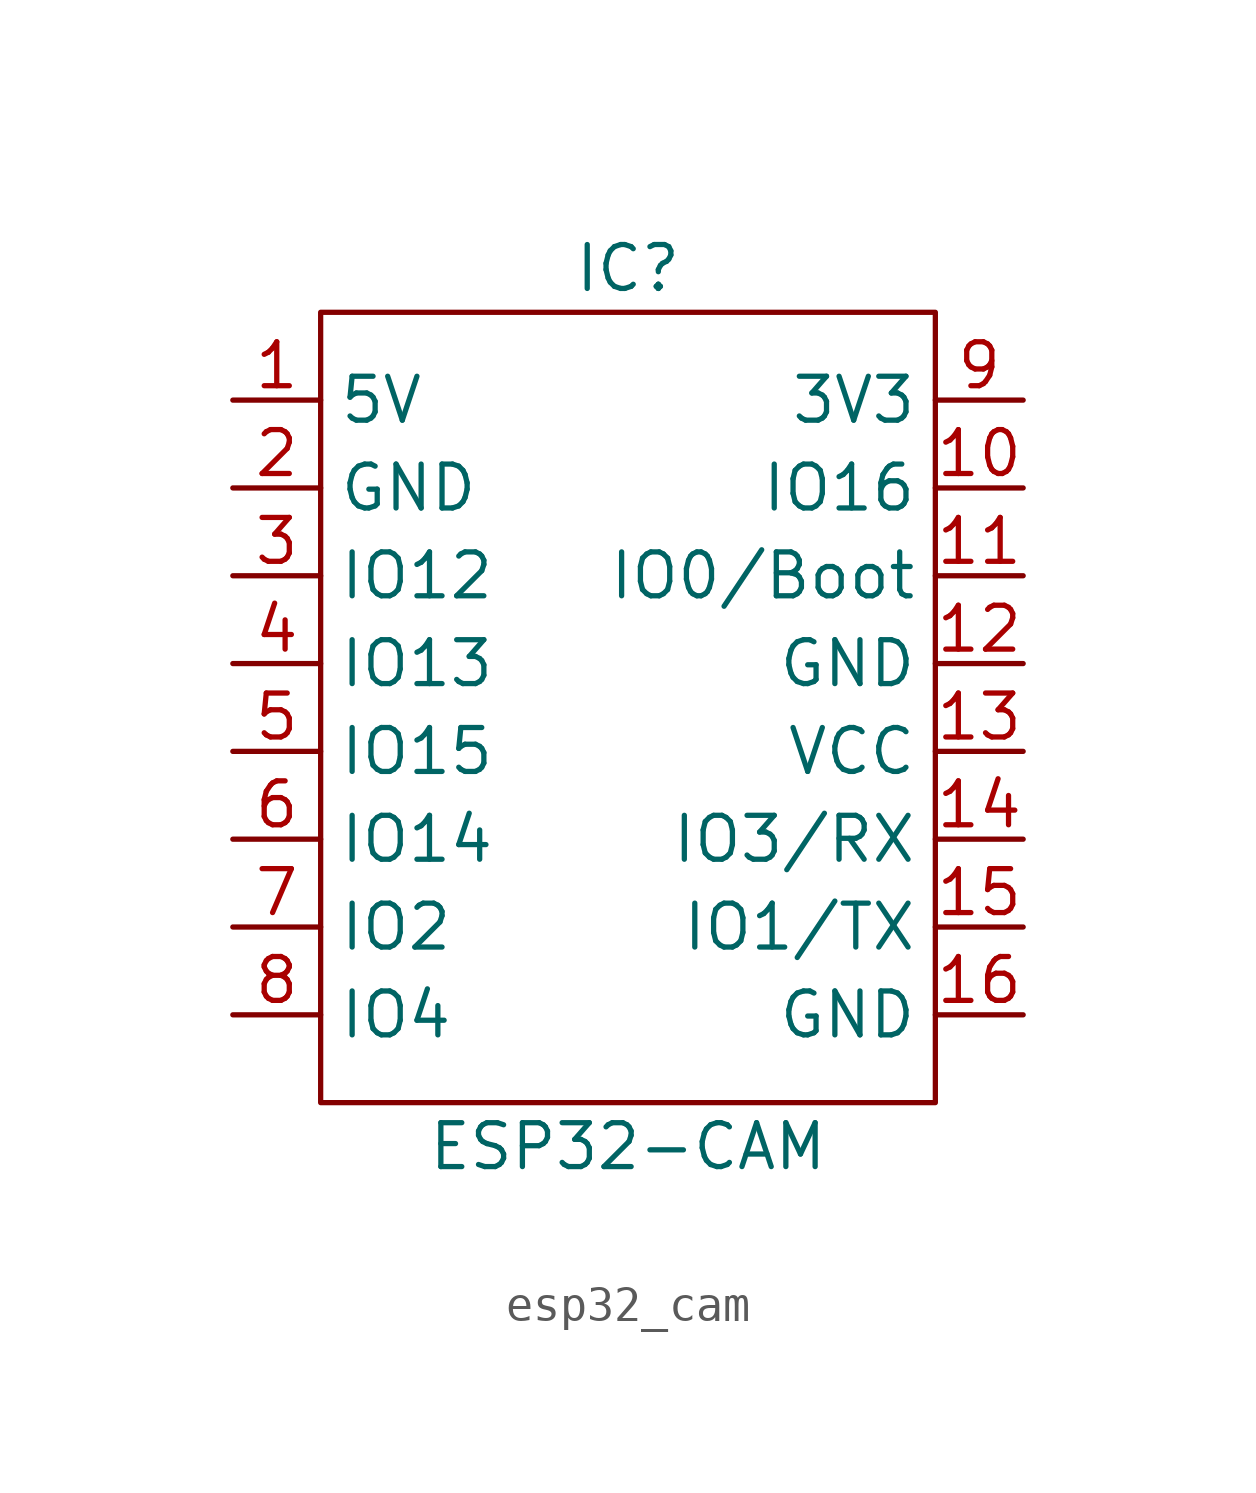
<source format=kicad_sym>
(kicad_symbol_lib
  (version 20220914)
  (generator kicad_symbol_editor)
  (symbol "esp32_cam"
    (property "Reference" "IC"
      (at 0 12.7 0)
      (effects (font (size 1.27 1.27))))
    (property "Value" "ESP32-CAM"
      (at 0 -12.7 0)
      (effects (font (size 1.27 1.27))))
    (symbol "esp32_cam_0_1"
      (rectangle (start 8.89 -11.43) (end -8.89 11.43) (stroke (width 0) (type default)) (fill (type none))))
    (symbol "esp32_cam_1_1"
      (pin power_out line (at -11.43 8.89 0) (length 2.54) (name "5V" (effects (font (size 1.27 1.27)))) (number "1" (effects (font (size 1.27 1.27)))))
      (pin passive line (at 11.43 6.35 180) (length 2.54) (name "IO16" (effects (font (size 1.27 1.27)))) (number "10" (effects (font (size 1.27 1.27)))))
      (pin passive line (at 11.43 3.81 180) (length 2.54) (name "IO0/Boot" (effects (font (size 1.27 1.27)))) (number "11" (effects (font (size 1.27 1.27)))))
      (pin power_in line (at 11.43 1.27 180) (length 2.54) (name "GND" (effects (font (size 1.27 1.27)))) (number "12" (effects (font (size 1.27 1.27)))))
      (pin power_in line (at 11.43 -1.27 180) (length 2.54) (name "VCC" (effects (font (size 1.27 1.27)))) (number "13" (effects (font (size 1.27 1.27)))))
      (pin passive line (at 11.43 -3.81 180) (length 2.54) (name "IO3/RX" (effects (font (size 1.27 1.27)))) (number "14" (effects (font (size 1.27 1.27)))))
      (pin passive line (at 11.43 -6.35 180) (length 2.54) (name "IO1/TX" (effects (font (size 1.27 1.27)))) (number "15" (effects (font (size 1.27 1.27)))))
      (pin power_in line (at 11.43 -8.89 180) (length 2.54) (name "GND" (effects (font (size 1.27 1.27)))) (number "16" (effects (font (size 1.27 1.27)))))
      (pin power_in line (at -11.43 6.35 0) (length 2.54) (name "GND" (effects (font (size 1.27 1.27)))) (number "2" (effects (font (size 1.27 1.27)))))
      (pin passive line (at -11.43 3.81 0) (length 2.54) (name "IO12" (effects (font (size 1.27 1.27)))) (number "3" (effects (font (size 1.27 1.27)))))
      (pin passive line (at -11.43 1.27 0) (length 2.54) (name "IO13" (effects (font (size 1.27 1.27)))) (number "4" (effects (font (size 1.27 1.27)))))
      (pin passive line (at -11.43 -1.27 0) (length 2.54) (name "IO15" (effects (font (size 1.27 1.27)))) (number "5" (effects (font (size 1.27 1.27)))))
      (pin passive line (at -11.43 -3.81 0) (length 2.54) (name "IO14" (effects (font (size 1.27 1.27)))) (number "6" (effects (font (size 1.27 1.27)))))
      (pin passive line (at -11.43 -6.35 0) (length 2.54) (name "IO2" (effects (font (size 1.27 1.27)))) (number "7" (effects (font (size 1.27 1.27)))))
      (pin passive line (at -11.43 -8.89 0) (length 2.54) (name "IO4" (effects (font (size 1.27 1.27)))) (number "8" (effects (font (size 1.27 1.27)))))
      (pin power_out line (at 11.43 8.89 180) (length 2.54) (name "3V3" (effects (font (size 1.27 1.27)))) (number "9" (effects (font (size 1.27 1.27))))))))
</source>
